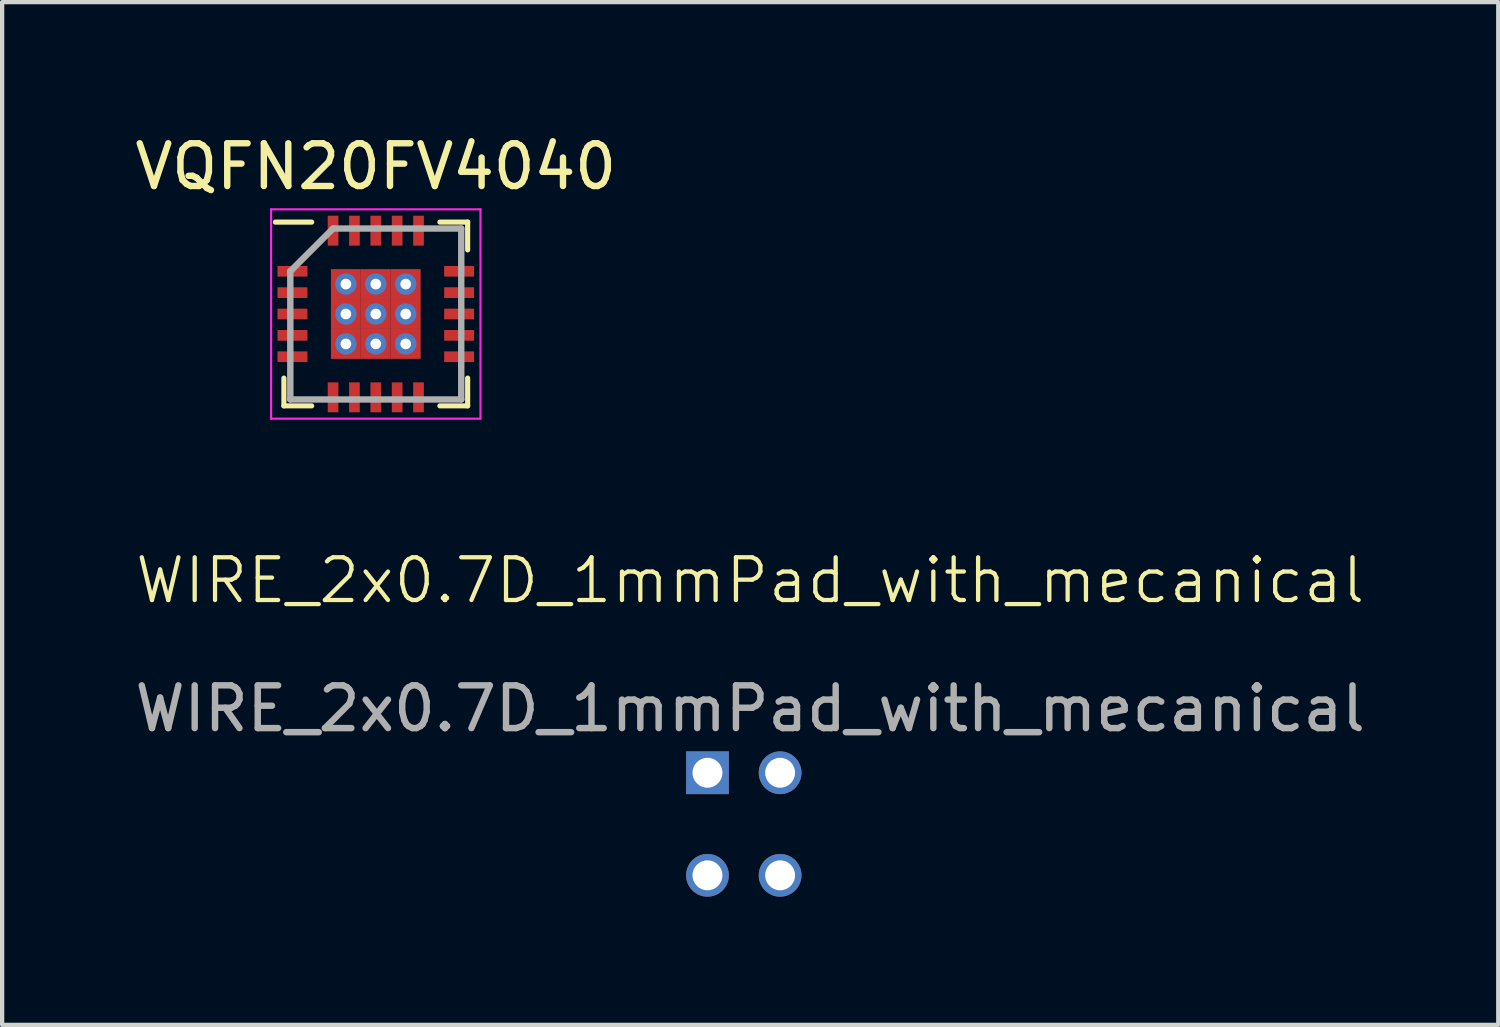
<source format=kicad_pcb>
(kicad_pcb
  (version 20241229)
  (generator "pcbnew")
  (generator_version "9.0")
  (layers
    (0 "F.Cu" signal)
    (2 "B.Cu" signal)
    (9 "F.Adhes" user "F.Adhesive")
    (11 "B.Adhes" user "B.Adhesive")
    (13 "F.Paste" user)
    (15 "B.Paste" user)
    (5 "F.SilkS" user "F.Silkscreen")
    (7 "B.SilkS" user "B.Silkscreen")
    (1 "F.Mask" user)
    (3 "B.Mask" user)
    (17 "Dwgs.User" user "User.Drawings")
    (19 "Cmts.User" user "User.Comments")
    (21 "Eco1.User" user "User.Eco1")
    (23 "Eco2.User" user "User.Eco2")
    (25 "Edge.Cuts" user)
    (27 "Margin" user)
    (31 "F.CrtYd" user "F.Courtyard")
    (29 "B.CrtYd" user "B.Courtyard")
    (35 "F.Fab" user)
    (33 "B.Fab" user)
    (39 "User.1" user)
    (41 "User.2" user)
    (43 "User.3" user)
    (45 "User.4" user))
  (footprint "VQFN20FV4040"
    (layer "F.Cu")
    (at 5.744 4.298)
    (property "Reference" "VQFN20FV4040" (at 0 -3.45 0) (layer "F.SilkS") (effects (font (size 1 1) (thickness 0.15))))
    (attr smd)
    (fp_line (start -2.15 2.15) (end -2.15 1.5) (stroke (width 0.12) (type default)) (layer "F.SilkS"))
    (fp_line (start -1.5 -2.15) (end -2.35 -2.15) (stroke (width 0.12) (type default)) (layer "F.SilkS"))
    (fp_line (start -1.5 2.15) (end -2.15 2.15) (stroke (width 0.12) (type default)) (layer "F.SilkS"))
    (fp_line (start 1.5 -2.15) (end 2.15 -2.15) (stroke (width 0.12) (type default)) (layer "F.SilkS"))
    (fp_line (start 1.5 2.15) (end 2.15 2.15) (stroke (width 0.12) (type default)) (layer "F.SilkS"))
    (fp_line (start 2.15 -2.15) (end 2.15 -1.5) (stroke (width 0.12) (type default)) (layer "F.SilkS"))
    (fp_line (start 2.15 2.15) (end 2.15 1.5) (stroke (width 0.12) (type default)) (layer "F.SilkS"))
    (fp_line (start -2.45 -2.45) (end 2.45 -2.45) (stroke (width 0.05) (type default)) (layer "F.CrtYd"))
    (fp_line (start -2.45 2.45) (end -2.45 -2.45) (stroke (width 0.05) (type default)) (layer "F.CrtYd"))
    (fp_line (start 2.45 -2.45) (end 2.45 2.45) (stroke (width 0.05) (type default)) (layer "F.CrtYd"))
    (fp_line (start 2.45 2.45) (end -2.45 2.45) (stroke (width 0.05) (type default)) (layer "F.CrtYd"))
    (fp_line (start -2 -1) (end -2 2) (stroke (width 0.15) (type default)) (layer "F.Fab"))
    (fp_line (start -2 2) (end 2 2) (stroke (width 0.15) (type default)) (layer "F.Fab"))
    (fp_line (start -1 -2) (end -2 -1) (stroke (width 0.15) (type default)) (layer "F.Fab"))
    (fp_line (start 2 -2) (end -1 -2) (stroke (width 0.15) (type default)) (layer "F.Fab"))
    (fp_line (start 2 2) (end 2 -2) (stroke (width 0.15) (type default)) (layer "F.Fab"))
    (pad "1" smd rect (at -1 -1.95) (size 0.25 0.7) (layers "F.Cu" "F.Mask" "F.Paste"))
    (pad "2" smd rect (at -0.5 -1.95) (size 0.25 0.7) (layers "F.Cu" "F.Mask" "F.Paste"))
    (pad "3" smd rect (at 0 -1.95) (size 0.25 0.7) (layers "F.Cu" "F.Mask" "F.Paste"))
    (pad "4" smd rect (at 0.5 -1.95) (size 0.25 0.7) (layers "F.Cu" "F.Mask" "F.Paste"))
    (pad "5" smd rect (at 1 -1.95) (size 0.25 0.7) (layers "F.Cu" "F.Mask" "F.Paste"))
    (pad "6" smd rect (at 1.95 -1 90) (size 0.25 0.7) (layers "F.Cu" "F.Mask" "F.Paste"))
    (pad "7" smd rect (at 1.95 -0.5 90) (size 0.25 0.7) (layers "F.Cu" "F.Mask" "F.Paste"))
    (pad "8" smd rect (at 1.95 0 90) (size 0.25 0.7) (layers "F.Cu" "F.Mask" "F.Paste"))
    (pad "9" smd rect (at 1.95 0.5 90) (size 0.25 0.7) (layers "F.Cu" "F.Mask" "F.Paste"))
    (pad "10" smd rect (at 1.95 1 90) (size 0.25 0.7) (layers "F.Cu" "F.Mask" "F.Paste"))
    (pad "11" smd rect (at 1 1.95) (size 0.25 0.7) (layers "F.Cu" "F.Mask" "F.Paste"))
    (pad "12" smd rect (at 0.5 1.95) (size 0.25 0.7) (layers "F.Cu" "F.Mask" "F.Paste"))
    (pad "13" smd rect (at 0 1.95) (size 0.25 0.7) (layers "F.Cu" "F.Mask" "F.Paste"))
    (pad "14" smd rect (at -0.5 1.95) (size 0.25 0.7) (layers "F.Cu" "F.Mask" "F.Paste"))
    (pad "15" smd rect (at -1 1.95) (size 0.25 0.7) (layers "F.Cu" "F.Mask" "F.Paste"))
    (pad "16" smd rect (at -1.95 1 90) (size 0.25 0.7) (layers "F.Cu" "F.Mask" "F.Paste"))
    (pad "17" smd rect (at -1.95 0.5 90) (size 0.25 0.7) (layers "F.Cu" "F.Mask" "F.Paste"))
    (pad "18" smd rect (at -1.95 0 90) (size 0.25 0.7) (layers "F.Cu" "F.Mask" "F.Paste"))
    (pad "19" smd rect (at -1.95 -0.5 90) (size 0.25 0.7) (layers "F.Cu" "F.Mask" "F.Paste"))
    (pad "20" smd rect (at -1.95 -1 90) (size 0.25 0.7) (layers "F.Cu" "F.Mask" "F.Paste"))
    (pad "21" thru_hole circle (at -0.7 -0.7) (size 0.5 0.5) (drill 0.25) (layers "*.Cu" "*.Mask"))
    (pad "21" smd rect (at -0.7 -0.7) (size 0.7 0.7) (layers "F.Cu" "F.Mask" "F.Paste"))
    (pad "21" thru_hole circle (at -0.7 0) (size 0.5 0.5) (drill 0.25) (layers "*.Cu" "*.Mask"))
    (pad "21" smd rect (at -0.7 0) (size 0.7 0.7) (layers "F.Cu" "F.Mask" "F.Paste"))
    (pad "21" thru_hole circle (at -0.7 0.7) (size 0.5 0.5) (drill 0.25) (layers "*.Cu" "*.Mask"))
    (pad "21" smd rect (at -0.7 0.7) (size 0.7 0.7) (layers "F.Cu" "F.Mask" "F.Paste"))
    (pad "21" thru_hole circle (at 0 -0.7) (size 0.5 0.5) (drill 0.25) (layers "*.Cu" "*.Mask"))
    (pad "21" smd rect (at 0 -0.7) (size 0.7 0.7) (layers "F.Cu" "F.Mask" "F.Paste"))
    (pad "21" thru_hole circle (at 0 0) (size 0.5 0.5) (drill 0.25) (layers "*.Cu" "*.Mask"))
    (pad "21" smd rect (at 0 0) (size 0.7 0.7) (layers "F.Cu" "F.Mask" "F.Paste"))
    (pad "21" thru_hole circle (at 0 0.7) (size 0.5 0.5) (drill 0.25) (layers "*.Cu" "*.Mask"))
    (pad "21" smd rect (at 0 0.7) (size 0.7 0.7) (layers "F.Cu" "F.Mask" "F.Paste"))
    (pad "21" thru_hole circle (at 0.7 -0.7) (size 0.5 0.5) (drill 0.25) (layers "*.Cu" "*.Mask"))
    (pad "21" smd rect (at 0.7 -0.7) (size 0.7 0.7) (layers "F.Cu" "F.Mask" "F.Paste"))
    (pad "21" thru_hole circle (at 0.7 0) (size 0.5 0.5) (drill 0.25) (layers "*.Cu" "*.Mask"))
    (pad "21" smd rect (at 0.7 0) (size 0.7 0.7) (layers "F.Cu" "F.Mask" "F.Paste"))
    (pad "21" thru_hole circle (at 0.7 0.7) (size 0.5 0.5) (drill 0.25) (layers "*.Cu" "*.Mask"))
    (pad "21" smd rect (at 0.7 0.7) (size 0.7 0.7) (layers "F.Cu" "F.Mask" "F.Paste")))
  (footprint "WIRE_2x0.7D_1mmPad_with_mecanical"
    (layer "F.Cu")
    (at 14.506 11.034)
    (property "Reference" "WIRE_2x0.7D_1mmPad_with_mecanical" (at 0 -0.5 0) (unlocked yes) (layer "F.SilkS") (effects (font (size 1 1) (thickness 0.1))))
    (attr through_hole)
    (fp_text user "${REFERENCE}" (at 0 2.5 0) (unlocked yes) (layer "F.Fab") (effects (font (size 1 1) (thickness 0.15))))
    (pad "" np_thru_hole circle (at -1 6.4 90) (size 1 1) (drill 0.7) (layers "*.Cu" "*.Mask"))
    (pad "" np_thru_hole circle (at 0.7 6.4 90) (size 1 1) (drill 0.7) (layers "*.Cu" "*.Mask"))
    (pad "1" thru_hole rect (at -1 4 90) (size 1 1) (drill 0.7) (layers "*.Cu" "*.Mask"))
    (pad "2" thru_hole circle (at 0.7 4 90) (size 1 1) (drill 0.7) (layers "*.Cu" "*.Mask")))
  (gr_rect
    (start -3 -3)
    (end 32.012 20.934)
    (stroke (width 0.1) (type default))
    (fill no)
    (layer "Edge.Cuts")))
</source>
